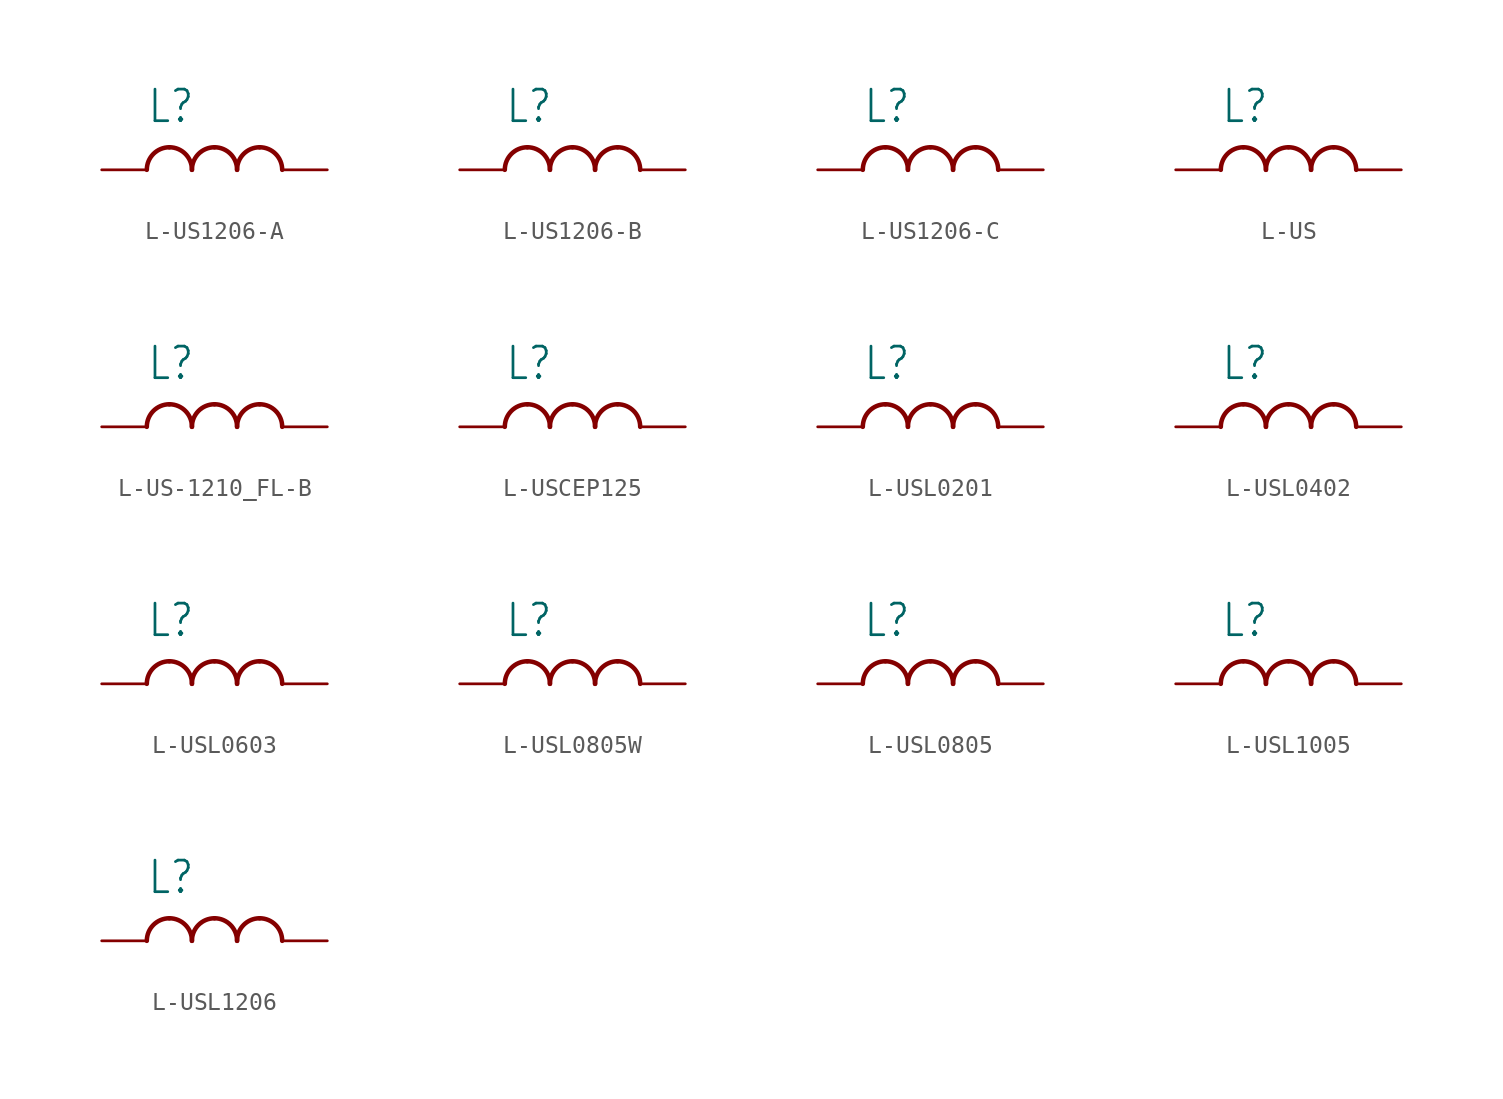
<source format=kicad_sym>
(kicad_symbol_lib
  (version 20231120)
  (generator "kicad_symbol_editor")
  (generator_version "8.0")
  (symbol "L-US1206-A"
    (property "Reference" "L"
      (at -5.08 2.54 0)
      (effects (font (size 1.778 1.511)) (justify left bottom)))
    (property "Value" ""
      (at -5.08 -1.27 0)
      (effects (font (size 1.778 1.511)) (justify left top)))
    (property "ki_locked" ""
      (at 0 0 0)
      (effects (font (size 1.27 1.27))))
    (symbol "L-US1206-A_1_0"
      (arc (start -3.81 1.27) (mid -4.708 0.898) (end -5.08 0) (stroke (width 0.254) (type solid)) (fill (type none)))
      (arc (start -2.54 0) (mid -2.912 0.898) (end -3.81 1.27) (stroke (width 0.254) (type solid)) (fill (type none)))
      (arc (start -1.27 1.27) (mid -2.168 0.898) (end -2.54 0) (stroke (width 0.254) (type solid)) (fill (type none)))
      (arc (start 0 0) (mid -0.372 0.898) (end -1.27 1.27) (stroke (width 0.254) (type solid)) (fill (type none)))
      (arc (start 1.27 1.27) (mid 0.372 0.898) (end 0 0) (stroke (width 0.254) (type solid)) (fill (type none)))
      (arc (start 2.54 0) (mid 2.168 0.898) (end 1.27 1.27) (stroke (width 0.254) (type solid)) (fill (type none)))
      (pin passive line (at -7.62 0 0) (length 2.54) (name "1" (effects (font (size 0 0)))) (number "1" (effects (font (size 0 0)))))
      (pin passive line (at 5.08 0 180) (length 2.54) (name "2" (effects (font (size 0 0)))) (number "2" (effects (font (size 0 0)))))))
  (symbol "L-US1206-B"
    (property "Reference" "L"
      (at -5.08 2.54 0)
      (effects (font (size 1.778 1.511)) (justify left bottom)))
    (property "Value" ""
      (at -5.08 -1.27 0)
      (effects (font (size 1.778 1.511)) (justify left top)))
    (property "ki_locked" ""
      (at 0 0 0)
      (effects (font (size 1.27 1.27))))
    (symbol "L-US1206-B_1_0"
      (arc (start -3.81 1.27) (mid -4.708 0.898) (end -5.08 0) (stroke (width 0.254) (type solid)) (fill (type none)))
      (arc (start -2.54 0) (mid -2.912 0.898) (end -3.81 1.27) (stroke (width 0.254) (type solid)) (fill (type none)))
      (arc (start -1.27 1.27) (mid -2.168 0.898) (end -2.54 0) (stroke (width 0.254) (type solid)) (fill (type none)))
      (arc (start 0 0) (mid -0.372 0.898) (end -1.27 1.27) (stroke (width 0.254) (type solid)) (fill (type none)))
      (arc (start 1.27 1.27) (mid 0.372 0.898) (end 0 0) (stroke (width 0.254) (type solid)) (fill (type none)))
      (arc (start 2.54 0) (mid 2.168 0.898) (end 1.27 1.27) (stroke (width 0.254) (type solid)) (fill (type none)))
      (pin passive line (at -7.62 0 0) (length 2.54) (name "1" (effects (font (size 0 0)))) (number "1" (effects (font (size 0 0)))))
      (pin passive line (at 5.08 0 180) (length 2.54) (name "2" (effects (font (size 0 0)))) (number "2" (effects (font (size 0 0)))))))
  (symbol "L-US1206-C"
    (property "Reference" "L"
      (at -5.08 2.54 0)
      (effects (font (size 1.778 1.511)) (justify left bottom)))
    (property "Value" ""
      (at -5.08 -1.27 0)
      (effects (font (size 1.778 1.511)) (justify left top)))
    (property "ki_locked" ""
      (at 0 0 0)
      (effects (font (size 1.27 1.27))))
    (symbol "L-US1206-C_1_0"
      (arc (start -3.81 1.27) (mid -4.708 0.898) (end -5.08 0) (stroke (width 0.254) (type solid)) (fill (type none)))
      (arc (start -2.54 0) (mid -2.912 0.898) (end -3.81 1.27) (stroke (width 0.254) (type solid)) (fill (type none)))
      (arc (start -1.27 1.27) (mid -2.168 0.898) (end -2.54 0) (stroke (width 0.254) (type solid)) (fill (type none)))
      (arc (start 0 0) (mid -0.372 0.898) (end -1.27 1.27) (stroke (width 0.254) (type solid)) (fill (type none)))
      (arc (start 1.27 1.27) (mid 0.372 0.898) (end 0 0) (stroke (width 0.254) (type solid)) (fill (type none)))
      (arc (start 2.54 0) (mid 2.168 0.898) (end 1.27 1.27) (stroke (width 0.254) (type solid)) (fill (type none)))
      (pin passive line (at -7.62 0 0) (length 2.54) (name "1" (effects (font (size 0 0)))) (number "1" (effects (font (size 0 0)))))
      (pin passive line (at 5.08 0 180) (length 2.54) (name "2" (effects (font (size 0 0)))) (number "2" (effects (font (size 0 0)))))))
  (symbol "L-US"
    (property "Reference" "L"
      (at -5.08 2.54 0)
      (effects (font (size 1.778 1.511)) (justify left bottom)))
    (property "Value" ""
      (at -5.08 -1.27 0)
      (effects (font (size 1.778 1.511)) (justify left top)))
    (property "ki_locked" ""
      (at 0 0 0)
      (effects (font (size 1.27 1.27))))
    (symbol "L-US_1_0"
      (arc (start -3.81 1.27) (mid -4.708 0.898) (end -5.08 0) (stroke (width 0.254) (type solid)) (fill (type none)))
      (arc (start -2.54 0) (mid -2.912 0.898) (end -3.81 1.27) (stroke (width 0.254) (type solid)) (fill (type none)))
      (arc (start -1.27 1.27) (mid -2.168 0.898) (end -2.54 0) (stroke (width 0.254) (type solid)) (fill (type none)))
      (arc (start 0 0) (mid -0.372 0.898) (end -1.27 1.27) (stroke (width 0.254) (type solid)) (fill (type none)))
      (arc (start 1.27 1.27) (mid 0.372 0.898) (end 0 0) (stroke (width 0.254) (type solid)) (fill (type none)))
      (arc (start 2.54 0) (mid 2.168 0.898) (end 1.27 1.27) (stroke (width 0.254) (type solid)) (fill (type none)))
      (pin passive line (at 5.08 0 180) (length 2.54) (name "2" (effects (font (size 0 0)))) (number "1" (effects (font (size 0 0)))))
      (pin passive line (at -7.62 0 0) (length 2.54) (name "1" (effects (font (size 0 0)))) (number "2" (effects (font (size 0 0)))))))
  (symbol "L-US-1210_FL-B"
    (property "Reference" "L"
      (at -5.08 2.54 0)
      (effects (font (size 1.778 1.511)) (justify left bottom)))
    (property "Value" ""
      (at -5.08 -1.27 0)
      (effects (font (size 1.778 1.511)) (justify left top)))
    (property "ki_locked" ""
      (at 0 0 0)
      (effects (font (size 1.27 1.27))))
    (symbol "L-US-1210_FL-B_1_0"
      (arc (start -3.81 1.27) (mid -4.708 0.898) (end -5.08 0) (stroke (width 0.254) (type solid)) (fill (type none)))
      (arc (start -2.54 0) (mid -2.912 0.898) (end -3.81 1.27) (stroke (width 0.254) (type solid)) (fill (type none)))
      (arc (start -1.27 1.27) (mid -2.168 0.898) (end -2.54 0) (stroke (width 0.254) (type solid)) (fill (type none)))
      (arc (start 0 0) (mid -0.372 0.898) (end -1.27 1.27) (stroke (width 0.254) (type solid)) (fill (type none)))
      (arc (start 1.27 1.27) (mid 0.372 0.898) (end 0 0) (stroke (width 0.254) (type solid)) (fill (type none)))
      (arc (start 2.54 0) (mid 2.168 0.898) (end 1.27 1.27) (stroke (width 0.254) (type solid)) (fill (type none)))
      (pin passive line (at -7.62 0 0) (length 2.54) (name "1" (effects (font (size 0 0)))) (number "1" (effects (font (size 0 0)))))
      (pin passive line (at 5.08 0 180) (length 2.54) (name "2" (effects (font (size 0 0)))) (number "2" (effects (font (size 0 0)))))))
  (symbol "L-USCEP125"
    (property "Reference" "L"
      (at -5.08 2.54 0)
      (effects (font (size 1.778 1.511)) (justify left bottom)))
    (property "Value" ""
      (at -5.08 -1.27 0)
      (effects (font (size 1.778 1.511)) (justify left top)))
    (property "ki_locked" ""
      (at 0 0 0)
      (effects (font (size 1.27 1.27))))
    (symbol "L-USCEP125_1_0"
      (arc (start -3.81 1.27) (mid -4.708 0.898) (end -5.08 0) (stroke (width 0.254) (type solid)) (fill (type none)))
      (arc (start -2.54 0) (mid -2.912 0.898) (end -3.81 1.27) (stroke (width 0.254) (type solid)) (fill (type none)))
      (arc (start -1.27 1.27) (mid -2.168 0.898) (end -2.54 0) (stroke (width 0.254) (type solid)) (fill (type none)))
      (arc (start 0 0) (mid -0.372 0.898) (end -1.27 1.27) (stroke (width 0.254) (type solid)) (fill (type none)))
      (arc (start 1.27 1.27) (mid 0.372 0.898) (end 0 0) (stroke (width 0.254) (type solid)) (fill (type none)))
      (arc (start 2.54 0) (mid 2.168 0.898) (end 1.27 1.27) (stroke (width 0.254) (type solid)) (fill (type none)))
      (pin passive line (at -7.62 0 0) (length 2.54) (name "1" (effects (font (size 0 0)))) (number "1" (effects (font (size 0 0)))))
      (pin passive line (at 5.08 0 180) (length 2.54) (name "2" (effects (font (size 0 0)))) (number "2" (effects (font (size 0 0)))))))
  (symbol "L-USL0201"
    (property "Reference" "L"
      (at -5.08 2.54 0)
      (effects (font (size 1.778 1.511)) (justify left bottom)))
    (property "Value" ""
      (at -5.08 -1.27 0)
      (effects (font (size 1.778 1.511)) (justify left top)))
    (property "ki_locked" ""
      (at 0 0 0)
      (effects (font (size 1.27 1.27))))
    (symbol "L-USL0201_1_0"
      (arc (start -3.81 1.27) (mid -4.708 0.898) (end -5.08 0) (stroke (width 0.254) (type solid)) (fill (type none)))
      (arc (start -2.54 0) (mid -2.912 0.898) (end -3.81 1.27) (stroke (width 0.254) (type solid)) (fill (type none)))
      (arc (start -1.27 1.27) (mid -2.168 0.898) (end -2.54 0) (stroke (width 0.254) (type solid)) (fill (type none)))
      (arc (start 0 0) (mid -0.372 0.898) (end -1.27 1.27) (stroke (width 0.254) (type solid)) (fill (type none)))
      (arc (start 1.27 1.27) (mid 0.372 0.898) (end 0 0) (stroke (width 0.254) (type solid)) (fill (type none)))
      (arc (start 2.54 0) (mid 2.168 0.898) (end 1.27 1.27) (stroke (width 0.254) (type solid)) (fill (type none)))
      (pin passive line (at -7.62 0 0) (length 2.54) (name "1" (effects (font (size 0 0)))) (number "1" (effects (font (size 0 0)))))
      (pin passive line (at 5.08 0 180) (length 2.54) (name "2" (effects (font (size 0 0)))) (number "2" (effects (font (size 0 0)))))))
  (symbol "L-USL0402"
    (property "Reference" "L"
      (at -5.08 2.54 0)
      (effects (font (size 1.778 1.511)) (justify left bottom)))
    (property "Value" ""
      (at -5.08 -1.27 0)
      (effects (font (size 1.778 1.511)) (justify left top)))
    (property "ki_locked" ""
      (at 0 0 0)
      (effects (font (size 1.27 1.27))))
    (symbol "L-USL0402_1_0"
      (arc (start -3.81 1.27) (mid -4.708 0.898) (end -5.08 0) (stroke (width 0.254) (type solid)) (fill (type none)))
      (arc (start -2.54 0) (mid -2.912 0.898) (end -3.81 1.27) (stroke (width 0.254) (type solid)) (fill (type none)))
      (arc (start -1.27 1.27) (mid -2.168 0.898) (end -2.54 0) (stroke (width 0.254) (type solid)) (fill (type none)))
      (arc (start 0 0) (mid -0.372 0.898) (end -1.27 1.27) (stroke (width 0.254) (type solid)) (fill (type none)))
      (arc (start 1.27 1.27) (mid 0.372 0.898) (end 0 0) (stroke (width 0.254) (type solid)) (fill (type none)))
      (arc (start 2.54 0) (mid 2.168 0.898) (end 1.27 1.27) (stroke (width 0.254) (type solid)) (fill (type none)))
      (pin passive line (at -7.62 0 0) (length 2.54) (name "1" (effects (font (size 0 0)))) (number "1" (effects (font (size 0 0)))))
      (pin passive line (at 5.08 0 180) (length 2.54) (name "2" (effects (font (size 0 0)))) (number "2" (effects (font (size 0 0)))))))
  (symbol "L-USL0603"
    (property "Reference" "L"
      (at -5.08 2.54 0)
      (effects (font (size 1.778 1.511)) (justify left bottom)))
    (property "Value" ""
      (at -5.08 -1.27 0)
      (effects (font (size 1.778 1.511)) (justify left top)))
    (property "ki_locked" ""
      (at 0 0 0)
      (effects (font (size 1.27 1.27))))
    (symbol "L-USL0603_1_0"
      (arc (start -3.81 1.27) (mid -4.708 0.898) (end -5.08 0) (stroke (width 0.254) (type solid)) (fill (type none)))
      (arc (start -2.54 0) (mid -2.912 0.898) (end -3.81 1.27) (stroke (width 0.254) (type solid)) (fill (type none)))
      (arc (start -1.27 1.27) (mid -2.168 0.898) (end -2.54 0) (stroke (width 0.254) (type solid)) (fill (type none)))
      (arc (start 0 0) (mid -0.372 0.898) (end -1.27 1.27) (stroke (width 0.254) (type solid)) (fill (type none)))
      (arc (start 1.27 1.27) (mid 0.372 0.898) (end 0 0) (stroke (width 0.254) (type solid)) (fill (type none)))
      (arc (start 2.54 0) (mid 2.168 0.898) (end 1.27 1.27) (stroke (width 0.254) (type solid)) (fill (type none)))
      (pin passive line (at -7.62 0 0) (length 2.54) (name "1" (effects (font (size 0 0)))) (number "1" (effects (font (size 0 0)))))
      (pin passive line (at 5.08 0 180) (length 2.54) (name "2" (effects (font (size 0 0)))) (number "2" (effects (font (size 0 0)))))))
  (symbol "L-USL0805W"
    (property "Reference" "L"
      (at -5.08 2.54 0)
      (effects (font (size 1.778 1.511)) (justify left bottom)))
    (property "Value" ""
      (at -5.08 -1.27 0)
      (effects (font (size 1.778 1.511)) (justify left top)))
    (property "ki_locked" ""
      (at 0 0 0)
      (effects (font (size 1.27 1.27))))
    (symbol "L-USL0805W_1_0"
      (arc (start -3.81 1.27) (mid -4.708 0.898) (end -5.08 0) (stroke (width 0.254) (type solid)) (fill (type none)))
      (arc (start -2.54 0) (mid -2.912 0.898) (end -3.81 1.27) (stroke (width 0.254) (type solid)) (fill (type none)))
      (arc (start -1.27 1.27) (mid -2.168 0.898) (end -2.54 0) (stroke (width 0.254) (type solid)) (fill (type none)))
      (arc (start 0 0) (mid -0.372 0.898) (end -1.27 1.27) (stroke (width 0.254) (type solid)) (fill (type none)))
      (arc (start 1.27 1.27) (mid 0.372 0.898) (end 0 0) (stroke (width 0.254) (type solid)) (fill (type none)))
      (arc (start 2.54 0) (mid 2.168 0.898) (end 1.27 1.27) (stroke (width 0.254) (type solid)) (fill (type none)))
      (pin passive line (at -7.62 0 0) (length 2.54) (name "1" (effects (font (size 0 0)))) (number "1" (effects (font (size 0 0)))))
      (pin passive line (at 5.08 0 180) (length 2.54) (name "2" (effects (font (size 0 0)))) (number "2" (effects (font (size 0 0)))))))
  (symbol "L-USL0805"
    (property "Reference" "L"
      (at -5.08 2.54 0)
      (effects (font (size 1.778 1.511)) (justify left bottom)))
    (property "Value" ""
      (at -5.08 -1.27 0)
      (effects (font (size 1.778 1.511)) (justify left top)))
    (property "ki_locked" ""
      (at 0 0 0)
      (effects (font (size 1.27 1.27))))
    (symbol "L-USL0805_1_0"
      (arc (start -3.81 1.27) (mid -4.708 0.898) (end -5.08 0) (stroke (width 0.254) (type solid)) (fill (type none)))
      (arc (start -2.54 0) (mid -2.912 0.898) (end -3.81 1.27) (stroke (width 0.254) (type solid)) (fill (type none)))
      (arc (start -1.27 1.27) (mid -2.168 0.898) (end -2.54 0) (stroke (width 0.254) (type solid)) (fill (type none)))
      (arc (start 0 0) (mid -0.372 0.898) (end -1.27 1.27) (stroke (width 0.254) (type solid)) (fill (type none)))
      (arc (start 1.27 1.27) (mid 0.372 0.898) (end 0 0) (stroke (width 0.254) (type solid)) (fill (type none)))
      (arc (start 2.54 0) (mid 2.168 0.898) (end 1.27 1.27) (stroke (width 0.254) (type solid)) (fill (type none)))
      (pin passive line (at -7.62 0 0) (length 2.54) (name "1" (effects (font (size 0 0)))) (number "1" (effects (font (size 0 0)))))
      (pin passive line (at 5.08 0 180) (length 2.54) (name "2" (effects (font (size 0 0)))) (number "2" (effects (font (size 0 0)))))))
  (symbol "L-USL1005"
    (property "Reference" "L"
      (at -5.08 2.54 0)
      (effects (font (size 1.778 1.511)) (justify left bottom)))
    (property "Value" ""
      (at -5.08 -1.27 0)
      (effects (font (size 1.778 1.511)) (justify left top)))
    (property "ki_locked" ""
      (at 0 0 0)
      (effects (font (size 1.27 1.27))))
    (symbol "L-USL1005_1_0"
      (arc (start -3.81 1.27) (mid -4.708 0.898) (end -5.08 0) (stroke (width 0.254) (type solid)) (fill (type none)))
      (arc (start -2.54 0) (mid -2.912 0.898) (end -3.81 1.27) (stroke (width 0.254) (type solid)) (fill (type none)))
      (arc (start -1.27 1.27) (mid -2.168 0.898) (end -2.54 0) (stroke (width 0.254) (type solid)) (fill (type none)))
      (arc (start 0 0) (mid -0.372 0.898) (end -1.27 1.27) (stroke (width 0.254) (type solid)) (fill (type none)))
      (arc (start 1.27 1.27) (mid 0.372 0.898) (end 0 0) (stroke (width 0.254) (type solid)) (fill (type none)))
      (arc (start 2.54 0) (mid 2.168 0.898) (end 1.27 1.27) (stroke (width 0.254) (type solid)) (fill (type none)))
      (pin passive line (at -7.62 0 0) (length 2.54) (name "1" (effects (font (size 0 0)))) (number "1" (effects (font (size 0 0)))))
      (pin passive line (at 5.08 0 180) (length 2.54) (name "2" (effects (font (size 0 0)))) (number "2" (effects (font (size 0 0)))))))
  (symbol "L-USL1206"
    (property "Reference" "L"
      (at -5.08 2.54 0)
      (effects (font (size 1.778 1.511)) (justify left bottom)))
    (property "Value" ""
      (at -5.08 -1.27 0)
      (effects (font (size 1.778 1.511)) (justify left top)))
    (property "ki_locked" ""
      (at 0 0 0)
      (effects (font (size 1.27 1.27))))
    (symbol "L-USL1206_1_0"
      (arc (start -3.81 1.27) (mid -4.708 0.898) (end -5.08 0) (stroke (width 0.254) (type solid)) (fill (type none)))
      (arc (start -2.54 0) (mid -2.912 0.898) (end -3.81 1.27) (stroke (width 0.254) (type solid)) (fill (type none)))
      (arc (start -1.27 1.27) (mid -2.168 0.898) (end -2.54 0) (stroke (width 0.254) (type solid)) (fill (type none)))
      (arc (start 0 0) (mid -0.372 0.898) (end -1.27 1.27) (stroke (width 0.254) (type solid)) (fill (type none)))
      (arc (start 1.27 1.27) (mid 0.372 0.898) (end 0 0) (stroke (width 0.254) (type solid)) (fill (type none)))
      (arc (start 2.54 0) (mid 2.168 0.898) (end 1.27 1.27) (stroke (width 0.254) (type solid)) (fill (type none)))
      (pin passive line (at -7.62 0 0) (length 2.54) (name "1" (effects (font (size 0 0)))) (number "1" (effects (font (size 0 0)))))
      (pin passive line (at 5.08 0 180) (length 2.54) (name "2" (effects (font (size 0 0)))) (number "2" (effects (font (size 0 0))))))))
</source>
